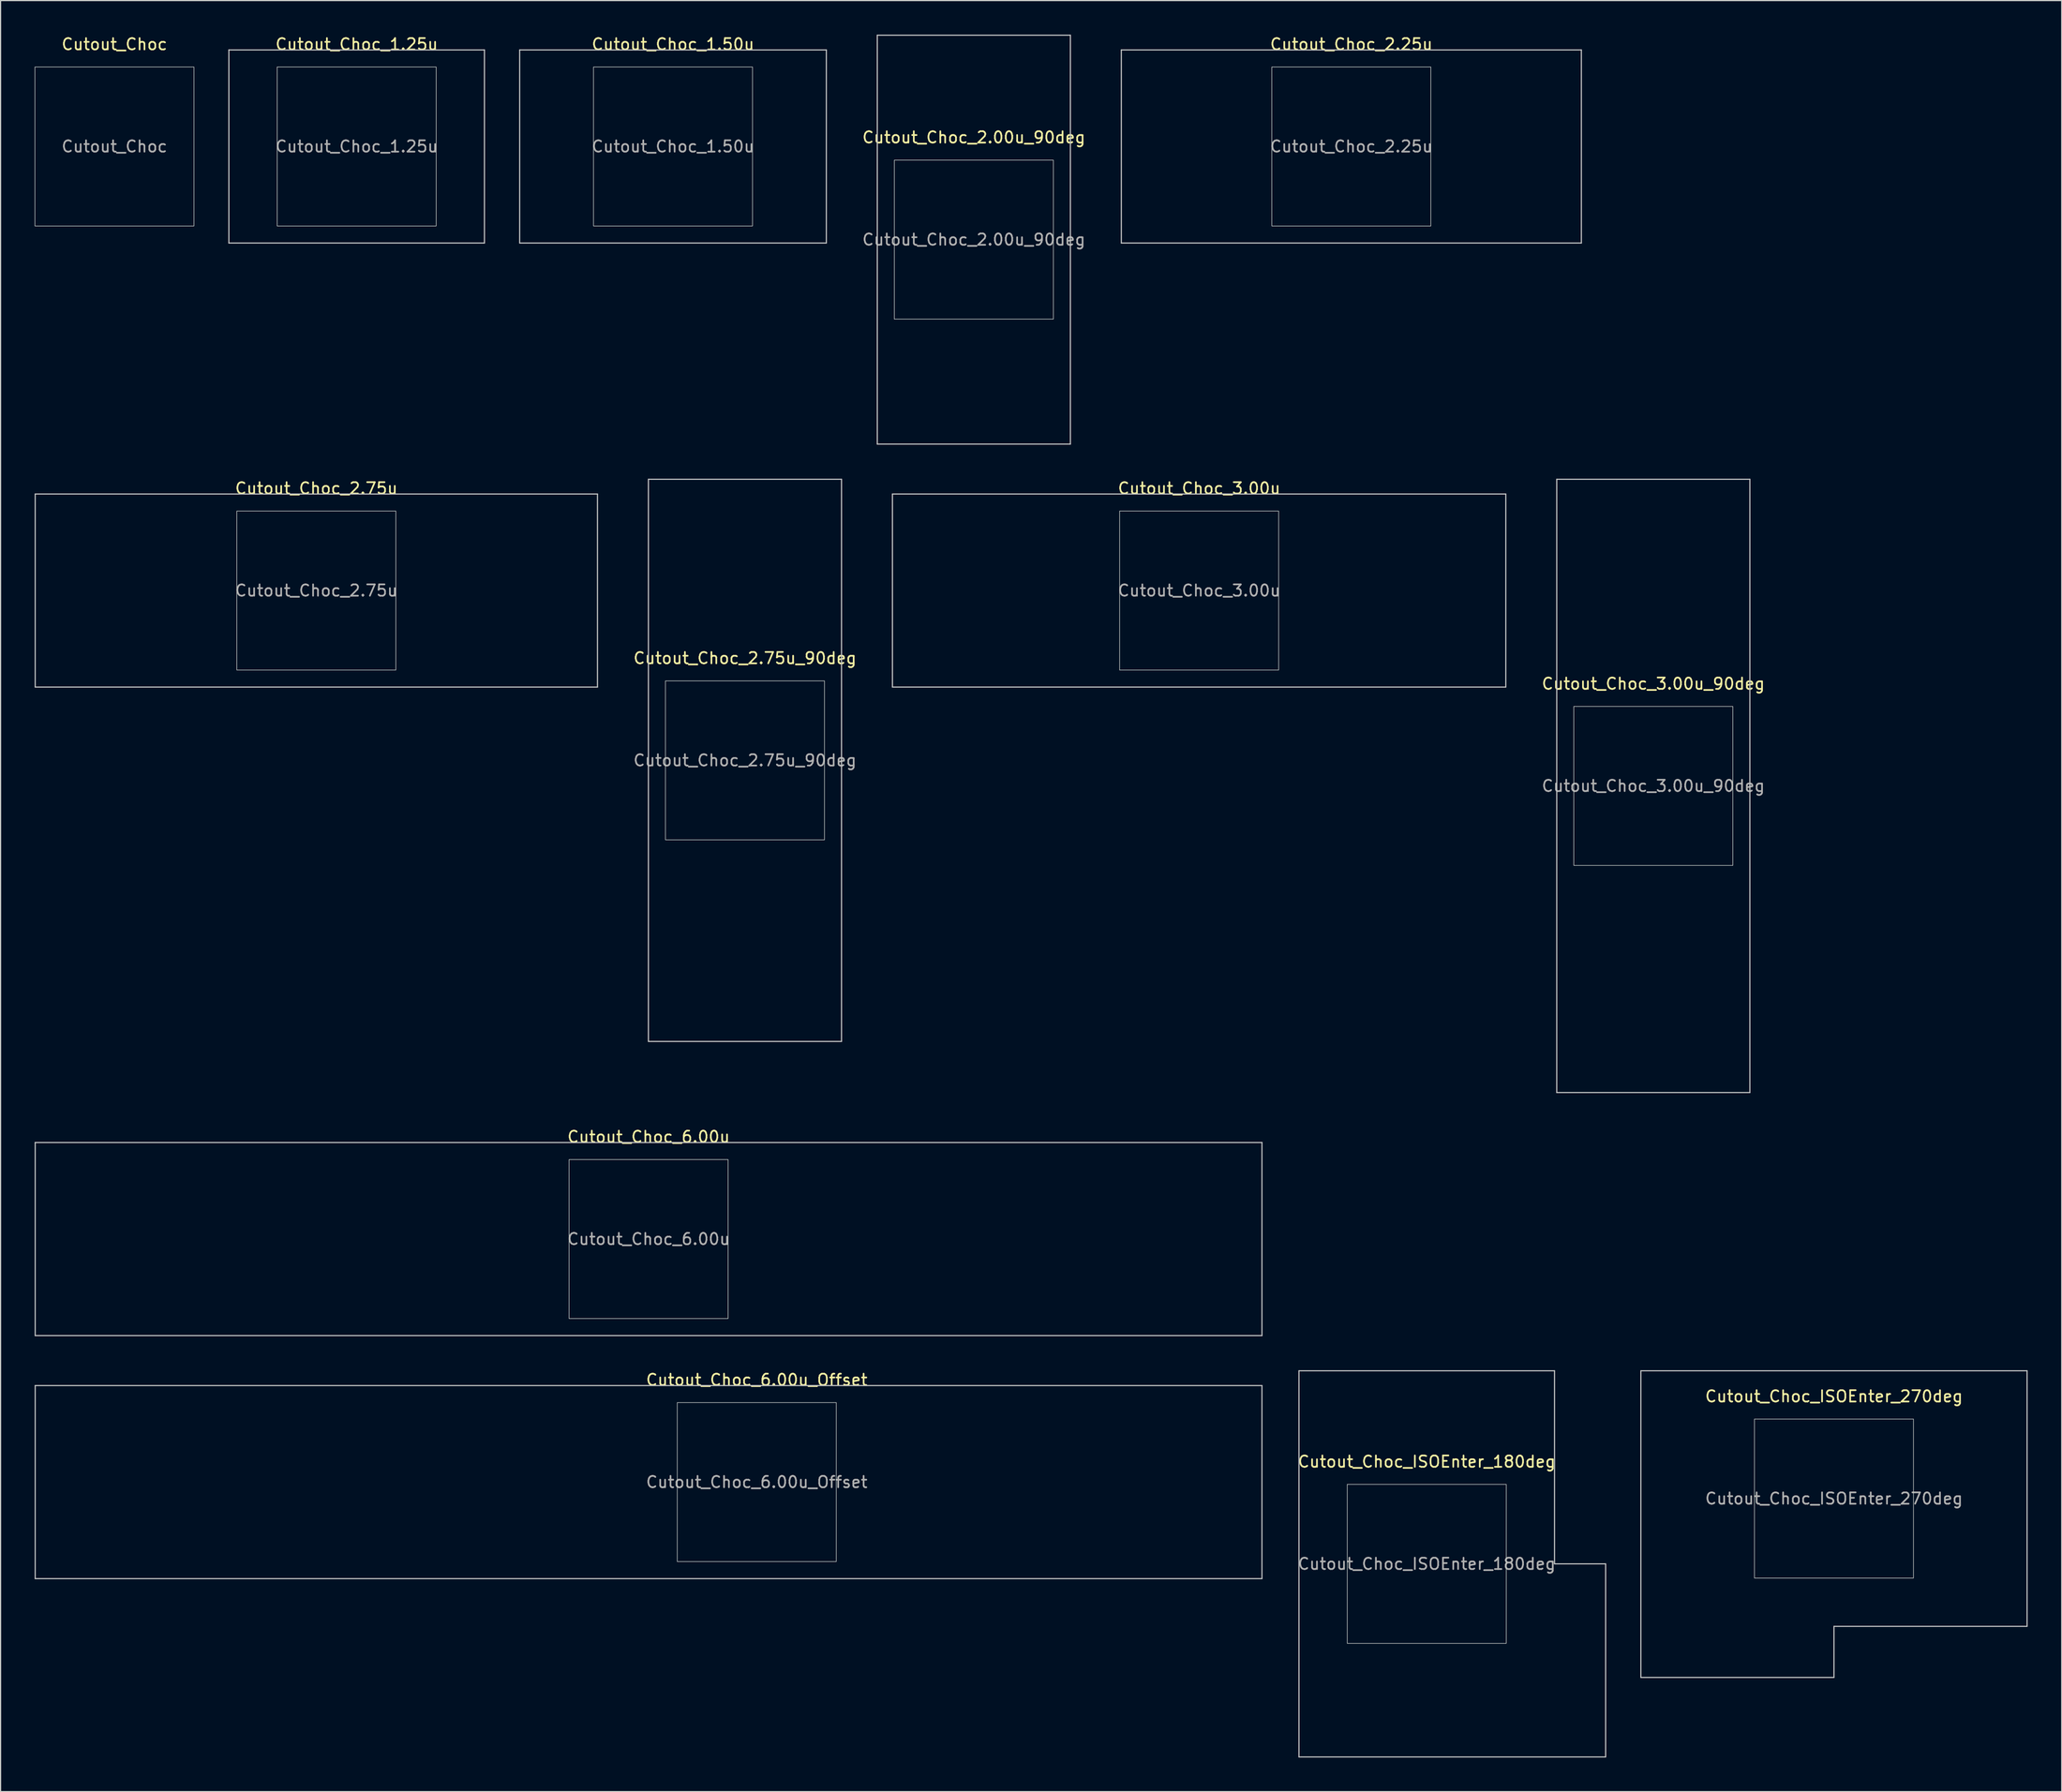
<source format=kicad_pcb>
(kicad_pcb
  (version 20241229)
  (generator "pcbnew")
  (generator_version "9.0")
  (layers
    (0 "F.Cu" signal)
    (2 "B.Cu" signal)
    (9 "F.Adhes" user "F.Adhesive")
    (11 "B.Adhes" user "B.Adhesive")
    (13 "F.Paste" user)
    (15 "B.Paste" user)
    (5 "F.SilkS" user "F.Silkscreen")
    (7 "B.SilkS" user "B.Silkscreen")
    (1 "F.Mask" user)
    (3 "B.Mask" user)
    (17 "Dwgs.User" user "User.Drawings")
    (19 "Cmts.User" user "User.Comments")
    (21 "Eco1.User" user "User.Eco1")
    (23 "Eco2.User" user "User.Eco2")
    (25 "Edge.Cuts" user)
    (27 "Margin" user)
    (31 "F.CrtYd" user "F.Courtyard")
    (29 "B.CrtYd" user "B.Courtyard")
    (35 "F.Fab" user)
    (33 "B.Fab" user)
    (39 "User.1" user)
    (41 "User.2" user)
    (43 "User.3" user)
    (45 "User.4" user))
  (footprint "Cutout_Choc_ISOEnter_180deg"
    (layer "F.Cu")
    (at 122.558 134.648)
    (property "Reference" "Cutout_Choc_ISOEnter_180deg" (at 0 -9 0) (layer "F.SilkS") (effects (font (size 1 1) (thickness 0.15))))
    (attr through_hole)
    (fp_line (start -11.25 -17) (end -11.25 17) (stroke (width 0.1) (type solid)) (layer "Dwgs.User"))
    (fp_line (start -11.25 17) (end 15.75 17) (stroke (width 0.1) (type solid)) (layer "Dwgs.User"))
    (fp_line (start 11.25 -17) (end -11.25 -17) (stroke (width 0.1) (type solid)) (layer "Dwgs.User"))
    (fp_line (start 11.25 0) (end 11.25 -17) (stroke (width 0.1) (type solid)) (layer "Dwgs.User"))
    (fp_line (start 15.75 0) (end 11.25 0) (stroke (width 0.1) (type solid)) (layer "Dwgs.User"))
    (fp_line (start 15.75 17) (end 15.75 0) (stroke (width 0.1) (type solid)) (layer "Dwgs.User"))
    (fp_rect (start -7 -7) (end 7 7) (stroke (width 0.05) (type default)) (fill no) (layer "Edge.Cuts"))
    (fp_text user "${REFERENCE}" (at 0 0 0) (layer "F.Fab") (effects (font (size 1 1) (thickness 0.15)))))
  (footprint "Cutout_Choc_2.00u_90deg"
    (layer "F.Cu")
    (at 82.685 18.05)
    (property "Reference" "Cutout_Choc_2.00u_90deg" (at 0 -9 0) (layer "F.SilkS") (effects (font (size 1 1) (thickness 0.15))))
    (attr through_hole)
    (fp_line (start -8.5 -18) (end 8.5 -18) (stroke (width 0.1) (type solid)) (layer "Dwgs.User"))
    (fp_line (start -8.5 18) (end -8.5 -18) (stroke (width 0.1) (type solid)) (layer "Dwgs.User"))
    (fp_line (start 8.5 -18) (end 8.5 18) (stroke (width 0.1) (type solid)) (layer "Dwgs.User"))
    (fp_line (start 8.5 18) (end -8.5 18) (stroke (width 0.1) (type solid)) (layer "Dwgs.User"))
    (fp_rect (start -7 -7) (end 7 7) (stroke (width 0.05) (type default)) (fill no) (layer "Edge.Cuts"))
    (fp_text user "${REFERENCE}" (at 0 0 0) (layer "F.Fab") (effects (font (size 1 1) (thickness 0.15)))))
  (footprint "Cutout_Choc_2.75u_90deg"
    (layer "F.Cu")
    (at 62.535 63.9)
    (property "Reference" "Cutout_Choc_2.75u_90deg" (at 0 -9 0) (layer "F.SilkS") (effects (font (size 1 1) (thickness 0.15))))
    (attr through_hole)
    (fp_line (start -8.5 -24.75) (end 8.5 -24.75) (stroke (width 0.1) (type solid)) (layer "Dwgs.User"))
    (fp_line (start -8.5 24.75) (end -8.5 -24.75) (stroke (width 0.1) (type solid)) (layer "Dwgs.User"))
    (fp_line (start 8.5 -24.75) (end 8.5 24.75) (stroke (width 0.1) (type solid)) (layer "Dwgs.User"))
    (fp_line (start 8.5 24.75) (end -8.5 24.75) (stroke (width 0.1) (type solid)) (layer "Dwgs.User"))
    (fp_rect (start -7 -7) (end 7 7) (stroke (width 0.05) (type default)) (fill no) (layer "Edge.Cuts"))
    (fp_text user "${REFERENCE}" (at 0 0 0) (layer "F.Fab") (effects (font (size 1 1) (thickness 0.15)))))
  (footprint "Cutout_Choc_1.25u"
    (layer "F.Cu")
    (at 28.35 9.848)
    (property "Reference" "Cutout_Choc_1.25u" (at 0 -9 0) (layer "F.SilkS") (effects (font (size 1 1) (thickness 0.15))))
    (attr through_hole)
    (fp_line (start -11.25 -8.5) (end -11.25 8.5) (stroke (width 0.1) (type solid)) (layer "Dwgs.User"))
    (fp_line (start -11.25 8.5) (end 11.25 8.5) (stroke (width 0.1) (type solid)) (layer "Dwgs.User"))
    (fp_line (start 11.25 -8.5) (end -11.25 -8.5) (stroke (width 0.1) (type solid)) (layer "Dwgs.User"))
    (fp_line (start 11.25 8.5) (end 11.25 -8.5) (stroke (width 0.1) (type solid)) (layer "Dwgs.User"))
    (fp_rect (start -7 -7) (end 7 7) (stroke (width 0.05) (type default)) (fill no) (layer "Edge.Cuts"))
    (fp_text user "${REFERENCE}" (at 0 0 0) (layer "F.Fab") (effects (font (size 1 1) (thickness 0.15)))))
  (footprint "Cutout_Choc_6.00u"
    (layer "F.Cu")
    (at 54.05 106.048)
    (property "Reference" "Cutout_Choc_6.00u" (at 0 -9 0) (layer "F.SilkS") (effects (font (size 1 1) (thickness 0.15))))
    (attr through_hole)
    (fp_line (start -54 -8.5) (end -54 8.5) (stroke (width 0.1) (type solid)) (layer "Dwgs.User"))
    (fp_line (start -54 8.5) (end 54 8.5) (stroke (width 0.1) (type solid)) (layer "Dwgs.User"))
    (fp_line (start 54 -8.5) (end -54 -8.5) (stroke (width 0.1) (type solid)) (layer "Dwgs.User"))
    (fp_line (start 54 8.5) (end 54 -8.5) (stroke (width 0.1) (type solid)) (layer "Dwgs.User"))
    (fp_rect (start -7 -7) (end 7 7) (stroke (width 0.05) (type default)) (fill no) (layer "Edge.Cuts"))
    (fp_text user "${REFERENCE}" (at 0 0 0) (layer "F.Fab") (effects (font (size 1 1) (thickness 0.15)))))
  (footprint "Cutout_Choc_ISOEnter_270deg"
    (layer "F.Cu")
    (at 158.408 128.898)
    (property "Reference" "Cutout_Choc_ISOEnter_270deg" (at 0 -9 0) (layer "F.SilkS") (effects (font (size 1 1) (thickness 0.15))))
    (attr through_hole)
    (fp_line (start -17 -11.25) (end -17 15.75) (stroke (width 0.1) (type solid)) (layer "Dwgs.User"))
    (fp_line (start -17 15.75) (end 0 15.75) (stroke (width 0.1) (type solid)) (layer "Dwgs.User"))
    (fp_line (start 0 11.25) (end 17 11.25) (stroke (width 0.1) (type solid)) (layer "Dwgs.User"))
    (fp_line (start 0 15.75) (end 0 11.25) (stroke (width 0.1) (type solid)) (layer "Dwgs.User"))
    (fp_line (start 17 -11.25) (end -17 -11.25) (stroke (width 0.1) (type solid)) (layer "Dwgs.User"))
    (fp_line (start 17 11.25) (end 17 -11.25) (stroke (width 0.1) (type solid)) (layer "Dwgs.User"))
    (fp_rect (start -7 -7) (end 7 7) (stroke (width 0.05) (type default)) (fill no) (layer "Edge.Cuts"))
    (fp_text user "${REFERENCE}" (at 0 0 0) (layer "F.Fab") (effects (font (size 1 1) (thickness 0.15)))))
  (footprint "Cutout_Choc_3.00u_90deg"
    (layer "F.Cu")
    (at 142.504 66.15)
    (property "Reference" "Cutout_Choc_3.00u_90deg" (at 0 -9 0) (layer "F.SilkS") (effects (font (size 1 1) (thickness 0.15))))
    (attr through_hole)
    (fp_line (start -8.5 -27) (end 8.5 -27) (stroke (width 0.1) (type solid)) (layer "Dwgs.User"))
    (fp_line (start -8.5 27) (end -8.5 -27) (stroke (width 0.1) (type solid)) (layer "Dwgs.User"))
    (fp_line (start 8.5 -27) (end 8.5 27) (stroke (width 0.1) (type solid)) (layer "Dwgs.User"))
    (fp_line (start 8.5 27) (end -8.5 27) (stroke (width 0.1) (type solid)) (layer "Dwgs.User"))
    (fp_rect (start -7 -7) (end 7 7) (stroke (width 0.05) (type default)) (fill no) (layer "Edge.Cuts"))
    (fp_text user "${REFERENCE}" (at 0 0 0) (layer "F.Fab") (effects (font (size 1 1) (thickness 0.15)))))
  (footprint "Cutout_Choc_2.25u"
    (layer "F.Cu")
    (at 115.919 9.848)
    (property "Reference" "Cutout_Choc_2.25u" (at 0 -9 0) (layer "F.SilkS") (effects (font (size 1 1) (thickness 0.15))))
    (attr through_hole)
    (fp_line (start -20.25 -8.5) (end -20.25 8.5) (stroke (width 0.1) (type solid)) (layer "Dwgs.User"))
    (fp_line (start -20.25 8.5) (end 20.25 8.5) (stroke (width 0.1) (type solid)) (layer "Dwgs.User"))
    (fp_line (start 20.25 -8.5) (end -20.25 -8.5) (stroke (width 0.1) (type solid)) (layer "Dwgs.User"))
    (fp_line (start 20.25 8.5) (end 20.25 -8.5) (stroke (width 0.1) (type solid)) (layer "Dwgs.User"))
    (fp_rect (start -7 -7) (end 7 7) (stroke (width 0.05) (type default)) (fill no) (layer "Edge.Cuts"))
    (fp_text user "${REFERENCE}" (at 0 0 0) (layer "F.Fab") (effects (font (size 1 1) (thickness 0.15)))))
  (footprint "Cutout_Choc_3.00u"
    (layer "F.Cu")
    (at 102.519 48.948)
    (property "Reference" "Cutout_Choc_3.00u" (at 0 -9 0) (layer "F.SilkS") (effects (font (size 1 1) (thickness 0.15))))
    (attr through_hole)
    (fp_line (start -27 -8.5) (end -27 8.5) (stroke (width 0.1) (type solid)) (layer "Dwgs.User"))
    (fp_line (start -27 8.5) (end 27 8.5) (stroke (width 0.1) (type solid)) (layer "Dwgs.User"))
    (fp_line (start 27 -8.5) (end -27 -8.5) (stroke (width 0.1) (type solid)) (layer "Dwgs.User"))
    (fp_line (start 27 8.5) (end 27 -8.5) (stroke (width 0.1) (type solid)) (layer "Dwgs.User"))
    (fp_rect (start -7 -7) (end 7 7) (stroke (width 0.05) (type default)) (fill no) (layer "Edge.Cuts"))
    (fp_text user "${REFERENCE}" (at 0 0 0) (layer "F.Fab") (effects (font (size 1 1) (thickness 0.15)))))
  (footprint "Cutout_Choc_6.00u_Offset"
    (layer "F.Cu")
    (at 63.575 127.447)
    (property "Reference" "Cutout_Choc_6.00u_Offset" (at 0 -9 0) (layer "F.SilkS") (effects (font (size 1 1) (thickness 0.15))))
    (attr through_hole)
    (fp_line (start -63.525 -8.5) (end -63.525 8.5) (stroke (width 0.1) (type solid)) (layer "Dwgs.User"))
    (fp_line (start -63.525 8.5) (end 44.475 8.5) (stroke (width 0.1) (type solid)) (layer "Dwgs.User"))
    (fp_line (start 44.475 -8.5) (end -63.525 -8.5) (stroke (width 0.1) (type solid)) (layer "Dwgs.User"))
    (fp_line (start 44.475 8.5) (end 44.475 -8.5) (stroke (width 0.1) (type solid)) (layer "Dwgs.User"))
    (fp_rect (start -7 -7) (end 7 7) (stroke (width 0.05) (type default)) (fill no) (layer "Edge.Cuts"))
    (fp_text user "${REFERENCE}" (at 0 0 0) (layer "F.Fab") (effects (font (size 1 1) (thickness 0.15)))))
  (footprint "Cutout_Choc_2.75u"
    (layer "F.Cu")
    (at 24.8 48.948)
    (property "Reference" "Cutout_Choc_2.75u" (at 0 -9 0) (layer "F.SilkS") (effects (font (size 1 1) (thickness 0.15))))
    (attr through_hole)
    (fp_line (start -24.75 -8.5) (end -24.75 8.5) (stroke (width 0.1) (type solid)) (layer "Dwgs.User"))
    (fp_line (start -24.75 8.5) (end 24.75 8.5) (stroke (width 0.1) (type solid)) (layer "Dwgs.User"))
    (fp_line (start 24.75 -8.5) (end -24.75 -8.5) (stroke (width 0.1) (type solid)) (layer "Dwgs.User"))
    (fp_line (start 24.75 8.5) (end 24.75 -8.5) (stroke (width 0.1) (type solid)) (layer "Dwgs.User"))
    (fp_rect (start -7 -7) (end 7 7) (stroke (width 0.05) (type default)) (fill no) (layer "Edge.Cuts"))
    (fp_text user "${REFERENCE}" (at 0 0 0) (layer "F.Fab") (effects (font (size 1 1) (thickness 0.15)))))
  (footprint "Cutout_Choc"
    (layer "F.Cu")
    (at 7.025 9.848)
    (property "Reference" "Cutout_Choc" (at 0 -9 0) (layer "F.SilkS") (effects (font (size 1 1) (thickness 0.15))))
    (attr through_hole)
    (fp_rect (start -7 -7) (end 7 7) (stroke (width 0.05) (type default)) (fill no) (layer "Edge.Cuts"))
    (fp_text user "${REFERENCE}" (at 0 0 0) (layer "F.Fab") (effects (font (size 1 1) (thickness 0.15)))))
  (footprint "Cutout_Choc_1.50u"
    (layer "F.Cu")
    (at 56.2 9.848)
    (property "Reference" "Cutout_Choc_1.50u" (at 0 -9 0) (layer "F.SilkS") (effects (font (size 1 1) (thickness 0.15))))
    (attr through_hole)
    (fp_line (start -13.5 -8.5) (end -13.5 8.5) (stroke (width 0.1) (type solid)) (layer "Dwgs.User"))
    (fp_line (start -13.5 8.5) (end 13.5 8.5) (stroke (width 0.1) (type solid)) (layer "Dwgs.User"))
    (fp_line (start 13.5 -8.5) (end -13.5 -8.5) (stroke (width 0.1) (type solid)) (layer "Dwgs.User"))
    (fp_line (start 13.5 8.5) (end 13.5 -8.5) (stroke (width 0.1) (type solid)) (layer "Dwgs.User"))
    (fp_rect (start -7 -7) (end 7 7) (stroke (width 0.05) (type default)) (fill no) (layer "Edge.Cuts"))
    (fp_text user "${REFERENCE}" (at 0 0 0) (layer "F.Fab") (effects (font (size 1 1) (thickness 0.15)))))
  (gr_rect
    (start -3 -3)
    (end 178.458 154.698)
    (stroke (width 0.1) (type default))
    (fill no)
    (layer "Edge.Cuts")))
</source>
